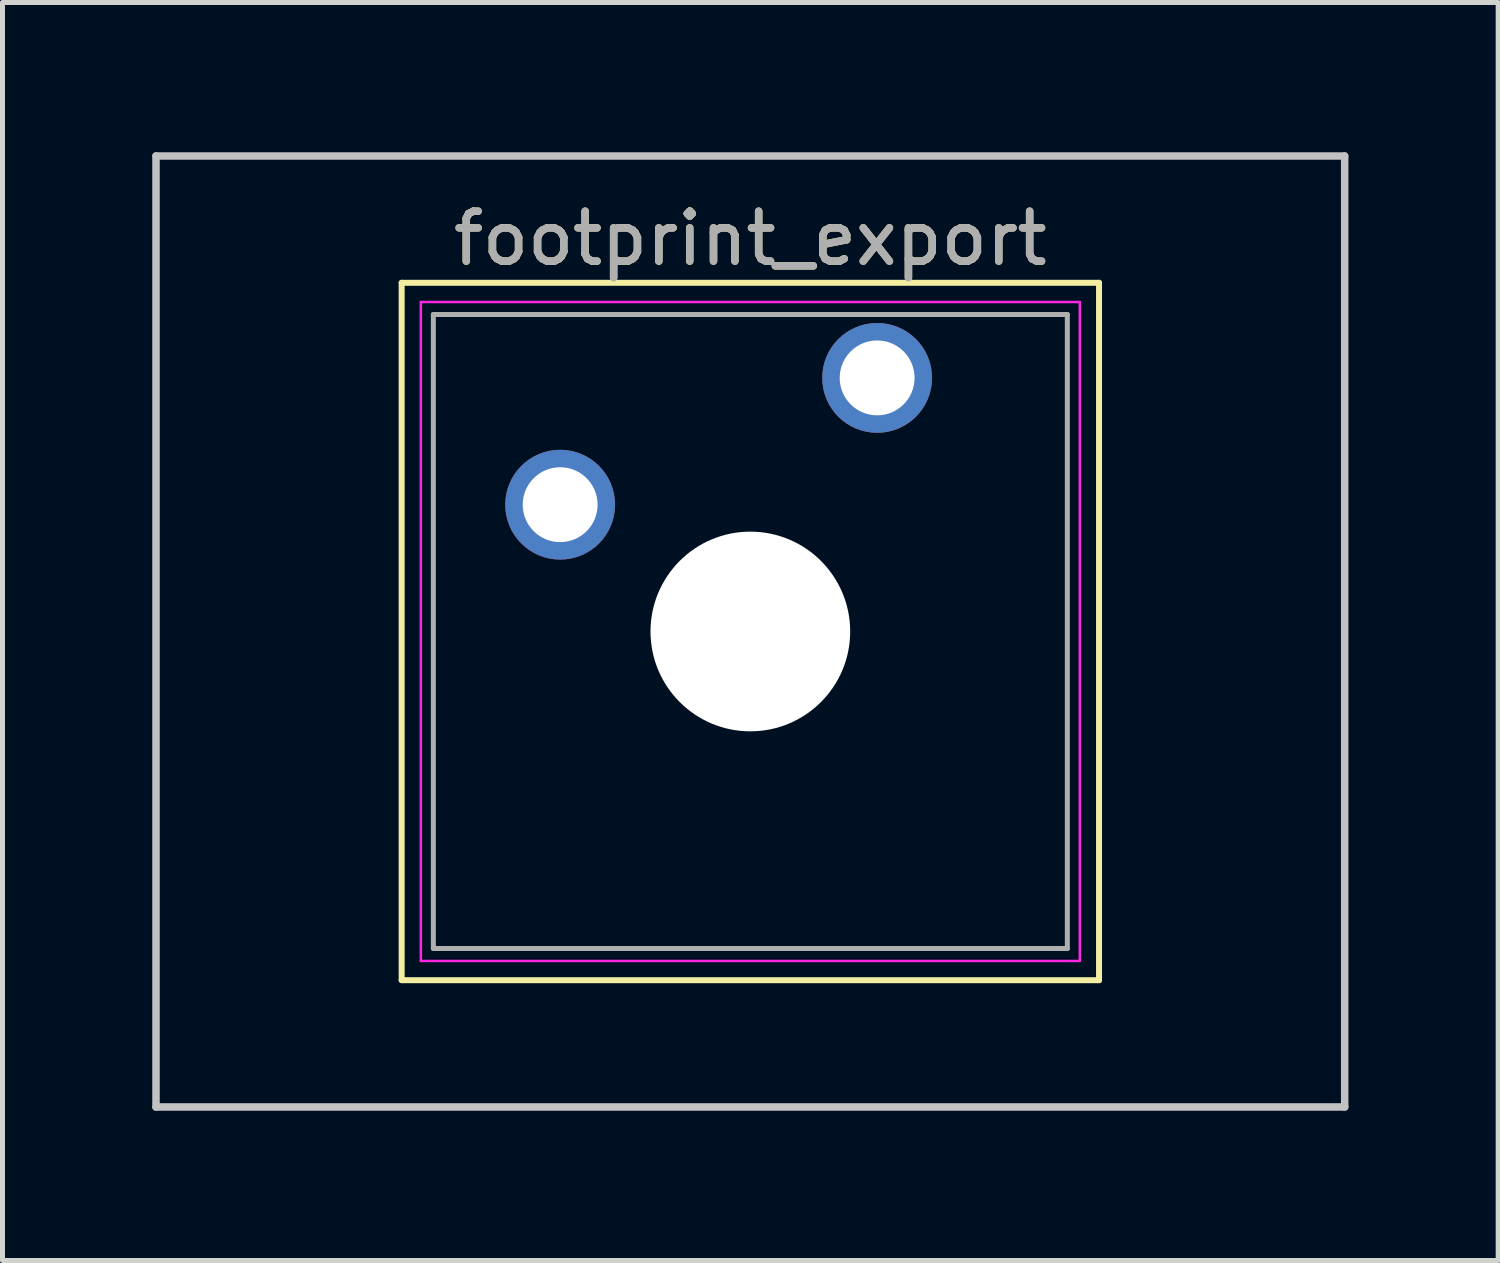
<source format=kicad_pcb>
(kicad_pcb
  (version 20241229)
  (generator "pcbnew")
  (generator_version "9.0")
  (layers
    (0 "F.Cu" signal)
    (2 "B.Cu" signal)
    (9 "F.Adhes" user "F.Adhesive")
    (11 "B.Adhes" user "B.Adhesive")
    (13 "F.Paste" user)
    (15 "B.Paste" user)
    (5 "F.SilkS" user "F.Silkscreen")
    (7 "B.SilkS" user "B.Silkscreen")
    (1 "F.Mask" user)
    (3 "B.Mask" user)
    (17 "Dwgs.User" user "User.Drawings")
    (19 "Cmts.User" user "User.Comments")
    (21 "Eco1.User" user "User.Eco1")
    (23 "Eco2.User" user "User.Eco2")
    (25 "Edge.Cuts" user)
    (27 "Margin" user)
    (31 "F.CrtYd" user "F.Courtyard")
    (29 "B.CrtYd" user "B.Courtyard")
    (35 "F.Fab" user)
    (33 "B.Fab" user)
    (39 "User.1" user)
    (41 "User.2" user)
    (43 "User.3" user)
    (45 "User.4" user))
  (footprint "footprint_export"
    (layer "F.Cu")
    (at 14.521 4.52)
    (property "Reference" "footprint_export" (at -2.54 -2.794 0) (layer "F.SilkS") (effects (font (size 1 1) (thickness 0.15))))
    (attr through_hole)
    (fp_line (start -9.525 -1.905) (end 4.445 -1.905) (stroke (width 0.12) (type solid)) (layer "F.SilkS"))
    (fp_line (start -9.525 12.065) (end -9.525 -1.905) (stroke (width 0.12) (type solid)) (layer "F.SilkS"))
    (fp_line (start 4.445 -1.905) (end 4.445 12.065) (stroke (width 0.12) (type solid)) (layer "F.SilkS"))
    (fp_line (start 4.445 12.065) (end -9.525 12.065) (stroke (width 0.12) (type solid)) (layer "F.SilkS"))
    (fp_line (start -14.446 -4.445) (end 9.366 -4.445) (stroke (width 0.15) (type solid)) (layer "Dwgs.User"))
    (fp_line (start -14.446 14.605) (end -14.446 -4.445) (stroke (width 0.15) (type solid)) (layer "Dwgs.User"))
    (fp_line (start 9.366 -4.445) (end 9.366 14.605) (stroke (width 0.15) (type solid)) (layer "Dwgs.User"))
    (fp_line (start 9.366 14.605) (end -14.446 14.605) (stroke (width 0.15) (type solid)) (layer "Dwgs.User"))
    (fp_line (start -9.14 -1.52) (end 4.06 -1.52) (stroke (width 0.05) (type solid)) (layer "F.CrtYd"))
    (fp_line (start -9.14 11.68) (end -9.14 -1.52) (stroke (width 0.05) (type solid)) (layer "F.CrtYd"))
    (fp_line (start 4.06 -1.52) (end 4.06 11.68) (stroke (width 0.05) (type solid)) (layer "F.CrtYd"))
    (fp_line (start 4.06 11.68) (end -9.14 11.68) (stroke (width 0.05) (type solid)) (layer "F.CrtYd"))
    (fp_line (start -8.89 -1.27) (end 3.81 -1.27) (stroke (width 0.1) (type solid)) (layer "F.Fab"))
    (fp_line (start -8.89 11.43) (end -8.89 -1.27) (stroke (width 0.1) (type solid)) (layer "F.Fab"))
    (fp_line (start 3.81 -1.27) (end 3.81 11.43) (stroke (width 0.1) (type solid)) (layer "F.Fab"))
    (fp_line (start 3.81 11.43) (end -8.89 11.43) (stroke (width 0.1) (type solid)) (layer "F.Fab"))
    (fp_text user "${REFERENCE}" (at -2.54 -2.794 0) (layer "F.Fab") (effects (font (size 1 1) (thickness 0.15))))
    (pad "" np_thru_hole circle (at -2.54 5.08) (size 4 4) (drill 4) (layers "*.Cu" "*.Mask"))
    (pad "1" thru_hole circle (at 0 0) (size 2.2 2.2) (drill 1.5) (layers "*.Cu" "*.Mask"))
    (pad "2" thru_hole circle (at -6.35 2.54) (size 2.2 2.2) (drill 1.5) (layers "*.Cu" "*.Mask")))
  (gr_rect
    (start -3 -3)
    (end 26.962 22.2)
    (stroke (width 0.1) (type default))
    (fill no)
    (layer "Edge.Cuts")))
</source>
